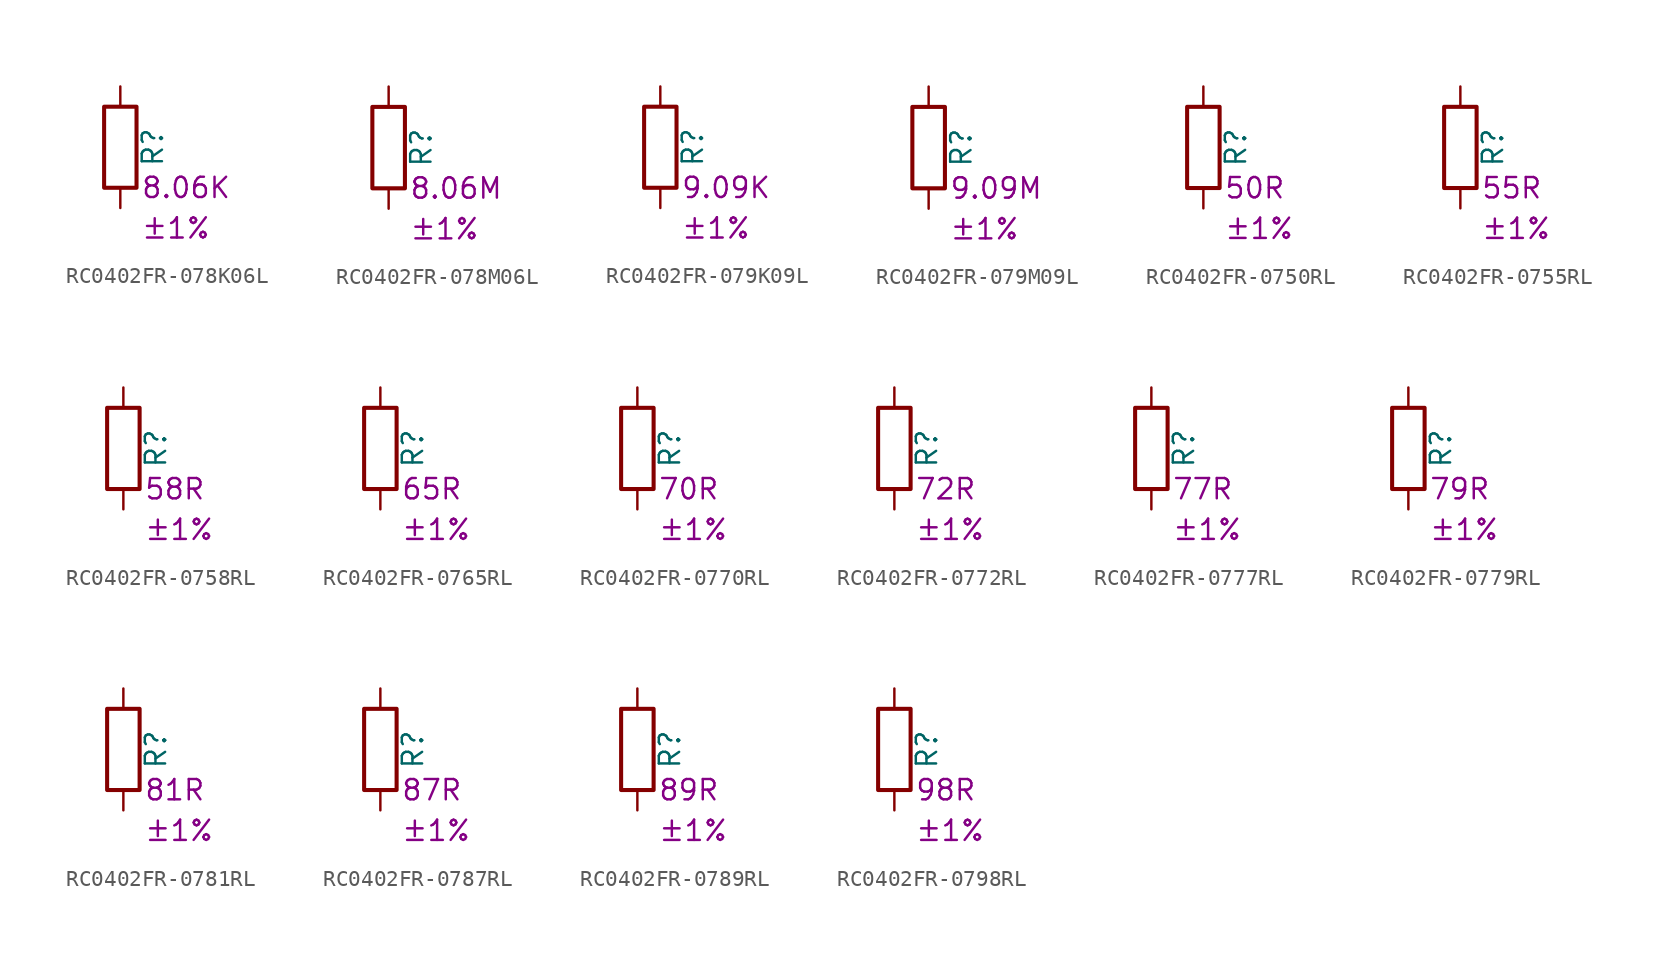
<source format=kicad_sym>
(kicad_symbol_lib
  (version 20220914)
  (generator kicad_symbol_editor)
  (symbol "RC0402FR-078K06L"
    (pin_numbers hide)
    (pin_names
      (offset 0))
    (property "Reference" "R"
      (at 2.032 0 90)
      (effects (font (size 1.27 1.27))))
    (property "Resistance" "8.06K"
      (at 1.27 -2.54 0)
      (effects (font (size 1.27 1.27)) (justify left)))
    (property "Tolerance" "±1%"
      (at 1.27 -5.08 0)
      (effects (font (size 1.27 1.27)) (justify left)))
    (symbol "RC0402FR-078K06L_0_1"
      (rectangle (start -1.016 -2.54) (end 1.016 2.54) (stroke (width 0.254) (type default)) (fill (type none))))
    (symbol "RC0402FR-078K06L_1_1"
      (pin passive line (at 0 3.81 270) (length 1.27) (name "~" (effects (font (size 1.27 1.27)))) (number "1" (effects (font (size 1.27 1.27)))))
      (pin passive line (at 0 -3.81 90) (length 1.27) (name "~" (effects (font (size 1.27 1.27)))) (number "2" (effects (font (size 1.27 1.27)))))))
  (symbol "RC0402FR-078M06L"
    (pin_numbers hide)
    (pin_names
      (offset 0))
    (property "Reference" "R"
      (at 2.032 0 90)
      (effects (font (size 1.27 1.27))))
    (property "Resistance" "8.06M"
      (at 1.27 -2.54 0)
      (effects (font (size 1.27 1.27)) (justify left)))
    (property "Tolerance" "±1%"
      (at 1.27 -5.08 0)
      (effects (font (size 1.27 1.27)) (justify left)))
    (symbol "RC0402FR-078M06L_0_1"
      (rectangle (start -1.016 -2.54) (end 1.016 2.54) (stroke (width 0.254) (type default)) (fill (type none))))
    (symbol "RC0402FR-078M06L_1_1"
      (pin passive line (at 0 3.81 270) (length 1.27) (name "~" (effects (font (size 1.27 1.27)))) (number "1" (effects (font (size 1.27 1.27)))))
      (pin passive line (at 0 -3.81 90) (length 1.27) (name "~" (effects (font (size 1.27 1.27)))) (number "2" (effects (font (size 1.27 1.27)))))))
  (symbol "RC0402FR-079K09L"
    (pin_numbers hide)
    (pin_names
      (offset 0))
    (property "Reference" "R"
      (at 2.032 0 90)
      (effects (font (size 1.27 1.27))))
    (property "Resistance" "9.09K"
      (at 1.27 -2.54 0)
      (effects (font (size 1.27 1.27)) (justify left)))
    (property "Tolerance" "±1%"
      (at 1.27 -5.08 0)
      (effects (font (size 1.27 1.27)) (justify left)))
    (symbol "RC0402FR-079K09L_0_1"
      (rectangle (start -1.016 -2.54) (end 1.016 2.54) (stroke (width 0.254) (type default)) (fill (type none))))
    (symbol "RC0402FR-079K09L_1_1"
      (pin passive line (at 0 3.81 270) (length 1.27) (name "~" (effects (font (size 1.27 1.27)))) (number "1" (effects (font (size 1.27 1.27)))))
      (pin passive line (at 0 -3.81 90) (length 1.27) (name "~" (effects (font (size 1.27 1.27)))) (number "2" (effects (font (size 1.27 1.27)))))))
  (symbol "RC0402FR-079M09L"
    (pin_numbers hide)
    (pin_names
      (offset 0))
    (property "Reference" "R"
      (at 2.032 0 90)
      (effects (font (size 1.27 1.27))))
    (property "Resistance" "9.09M"
      (at 1.27 -2.54 0)
      (effects (font (size 1.27 1.27)) (justify left)))
    (property "Tolerance" "±1%"
      (at 1.27 -5.08 0)
      (effects (font (size 1.27 1.27)) (justify left)))
    (symbol "RC0402FR-079M09L_0_1"
      (rectangle (start -1.016 -2.54) (end 1.016 2.54) (stroke (width 0.254) (type default)) (fill (type none))))
    (symbol "RC0402FR-079M09L_1_1"
      (pin passive line (at 0 3.81 270) (length 1.27) (name "~" (effects (font (size 1.27 1.27)))) (number "1" (effects (font (size 1.27 1.27)))))
      (pin passive line (at 0 -3.81 90) (length 1.27) (name "~" (effects (font (size 1.27 1.27)))) (number "2" (effects (font (size 1.27 1.27)))))))
  (symbol "RC0402FR-0750RL"
    (pin_numbers hide)
    (pin_names
      (offset 0))
    (property "Reference" "R"
      (at 2.032 0 90)
      (effects (font (size 1.27 1.27))))
    (property "Resistance" "50R"
      (at 1.27 -2.54 0)
      (effects (font (size 1.27 1.27)) (justify left)))
    (property "Tolerance" "±1%"
      (at 1.27 -5.08 0)
      (effects (font (size 1.27 1.27)) (justify left)))
    (symbol "RC0402FR-0750RL_0_1"
      (rectangle (start -1.016 -2.54) (end 1.016 2.54) (stroke (width 0.254) (type default)) (fill (type none))))
    (symbol "RC0402FR-0750RL_1_1"
      (pin passive line (at 0 3.81 270) (length 1.27) (name "~" (effects (font (size 1.27 1.27)))) (number "1" (effects (font (size 1.27 1.27)))))
      (pin passive line (at 0 -3.81 90) (length 1.27) (name "~" (effects (font (size 1.27 1.27)))) (number "2" (effects (font (size 1.27 1.27)))))))
  (symbol "RC0402FR-0755RL"
    (pin_numbers hide)
    (pin_names
      (offset 0))
    (property "Reference" "R"
      (at 2.032 0 90)
      (effects (font (size 1.27 1.27))))
    (property "Resistance" "55R"
      (at 1.27 -2.54 0)
      (effects (font (size 1.27 1.27)) (justify left)))
    (property "Tolerance" "±1%"
      (at 1.27 -5.08 0)
      (effects (font (size 1.27 1.27)) (justify left)))
    (symbol "RC0402FR-0755RL_0_1"
      (rectangle (start -1.016 -2.54) (end 1.016 2.54) (stroke (width 0.254) (type default)) (fill (type none))))
    (symbol "RC0402FR-0755RL_1_1"
      (pin passive line (at 0 3.81 270) (length 1.27) (name "~" (effects (font (size 1.27 1.27)))) (number "1" (effects (font (size 1.27 1.27)))))
      (pin passive line (at 0 -3.81 90) (length 1.27) (name "~" (effects (font (size 1.27 1.27)))) (number "2" (effects (font (size 1.27 1.27)))))))
  (symbol "RC0402FR-0758RL"
    (pin_numbers hide)
    (pin_names
      (offset 0))
    (property "Reference" "R"
      (at 2.032 0 90)
      (effects (font (size 1.27 1.27))))
    (property "Resistance" "58R"
      (at 1.27 -2.54 0)
      (effects (font (size 1.27 1.27)) (justify left)))
    (property "Tolerance" "±1%"
      (at 1.27 -5.08 0)
      (effects (font (size 1.27 1.27)) (justify left)))
    (symbol "RC0402FR-0758RL_0_1"
      (rectangle (start -1.016 -2.54) (end 1.016 2.54) (stroke (width 0.254) (type default)) (fill (type none))))
    (symbol "RC0402FR-0758RL_1_1"
      (pin passive line (at 0 3.81 270) (length 1.27) (name "~" (effects (font (size 1.27 1.27)))) (number "1" (effects (font (size 1.27 1.27)))))
      (pin passive line (at 0 -3.81 90) (length 1.27) (name "~" (effects (font (size 1.27 1.27)))) (number "2" (effects (font (size 1.27 1.27)))))))
  (symbol "RC0402FR-0765RL"
    (pin_numbers hide)
    (pin_names
      (offset 0))
    (property "Reference" "R"
      (at 2.032 0 90)
      (effects (font (size 1.27 1.27))))
    (property "Resistance" "65R"
      (at 1.27 -2.54 0)
      (effects (font (size 1.27 1.27)) (justify left)))
    (property "Tolerance" "±1%"
      (at 1.27 -5.08 0)
      (effects (font (size 1.27 1.27)) (justify left)))
    (symbol "RC0402FR-0765RL_0_1"
      (rectangle (start -1.016 -2.54) (end 1.016 2.54) (stroke (width 0.254) (type default)) (fill (type none))))
    (symbol "RC0402FR-0765RL_1_1"
      (pin passive line (at 0 3.81 270) (length 1.27) (name "~" (effects (font (size 1.27 1.27)))) (number "1" (effects (font (size 1.27 1.27)))))
      (pin passive line (at 0 -3.81 90) (length 1.27) (name "~" (effects (font (size 1.27 1.27)))) (number "2" (effects (font (size 1.27 1.27)))))))
  (symbol "RC0402FR-0770RL"
    (pin_numbers hide)
    (pin_names
      (offset 0))
    (property "Reference" "R"
      (at 2.032 0 90)
      (effects (font (size 1.27 1.27))))
    (property "Resistance" "70R"
      (at 1.27 -2.54 0)
      (effects (font (size 1.27 1.27)) (justify left)))
    (property "Tolerance" "±1%"
      (at 1.27 -5.08 0)
      (effects (font (size 1.27 1.27)) (justify left)))
    (symbol "RC0402FR-0770RL_0_1"
      (rectangle (start -1.016 -2.54) (end 1.016 2.54) (stroke (width 0.254) (type default)) (fill (type none))))
    (symbol "RC0402FR-0770RL_1_1"
      (pin passive line (at 0 3.81 270) (length 1.27) (name "~" (effects (font (size 1.27 1.27)))) (number "1" (effects (font (size 1.27 1.27)))))
      (pin passive line (at 0 -3.81 90) (length 1.27) (name "~" (effects (font (size 1.27 1.27)))) (number "2" (effects (font (size 1.27 1.27)))))))
  (symbol "RC0402FR-0772RL"
    (pin_numbers hide)
    (pin_names
      (offset 0))
    (property "Reference" "R"
      (at 2.032 0 90)
      (effects (font (size 1.27 1.27))))
    (property "Resistance" "72R"
      (at 1.27 -2.54 0)
      (effects (font (size 1.27 1.27)) (justify left)))
    (property "Tolerance" "±1%"
      (at 1.27 -5.08 0)
      (effects (font (size 1.27 1.27)) (justify left)))
    (symbol "RC0402FR-0772RL_0_1"
      (rectangle (start -1.016 -2.54) (end 1.016 2.54) (stroke (width 0.254) (type default)) (fill (type none))))
    (symbol "RC0402FR-0772RL_1_1"
      (pin passive line (at 0 3.81 270) (length 1.27) (name "~" (effects (font (size 1.27 1.27)))) (number "1" (effects (font (size 1.27 1.27)))))
      (pin passive line (at 0 -3.81 90) (length 1.27) (name "~" (effects (font (size 1.27 1.27)))) (number "2" (effects (font (size 1.27 1.27)))))))
  (symbol "RC0402FR-0777RL"
    (pin_numbers hide)
    (pin_names
      (offset 0))
    (property "Reference" "R"
      (at 2.032 0 90)
      (effects (font (size 1.27 1.27))))
    (property "Resistance" "77R"
      (at 1.27 -2.54 0)
      (effects (font (size 1.27 1.27)) (justify left)))
    (property "Tolerance" "±1%"
      (at 1.27 -5.08 0)
      (effects (font (size 1.27 1.27)) (justify left)))
    (symbol "RC0402FR-0777RL_0_1"
      (rectangle (start -1.016 -2.54) (end 1.016 2.54) (stroke (width 0.254) (type default)) (fill (type none))))
    (symbol "RC0402FR-0777RL_1_1"
      (pin passive line (at 0 3.81 270) (length 1.27) (name "~" (effects (font (size 1.27 1.27)))) (number "1" (effects (font (size 1.27 1.27)))))
      (pin passive line (at 0 -3.81 90) (length 1.27) (name "~" (effects (font (size 1.27 1.27)))) (number "2" (effects (font (size 1.27 1.27)))))))
  (symbol "RC0402FR-0779RL"
    (pin_numbers hide)
    (pin_names
      (offset 0))
    (property "Reference" "R"
      (at 2.032 0 90)
      (effects (font (size 1.27 1.27))))
    (property "Resistance" "79R"
      (at 1.27 -2.54 0)
      (effects (font (size 1.27 1.27)) (justify left)))
    (property "Tolerance" "±1%"
      (at 1.27 -5.08 0)
      (effects (font (size 1.27 1.27)) (justify left)))
    (symbol "RC0402FR-0779RL_0_1"
      (rectangle (start -1.016 -2.54) (end 1.016 2.54) (stroke (width 0.254) (type default)) (fill (type none))))
    (symbol "RC0402FR-0779RL_1_1"
      (pin passive line (at 0 3.81 270) (length 1.27) (name "~" (effects (font (size 1.27 1.27)))) (number "1" (effects (font (size 1.27 1.27)))))
      (pin passive line (at 0 -3.81 90) (length 1.27) (name "~" (effects (font (size 1.27 1.27)))) (number "2" (effects (font (size 1.27 1.27)))))))
  (symbol "RC0402FR-0781RL"
    (pin_numbers hide)
    (pin_names
      (offset 0))
    (property "Reference" "R"
      (at 2.032 0 90)
      (effects (font (size 1.27 1.27))))
    (property "Resistance" "81R"
      (at 1.27 -2.54 0)
      (effects (font (size 1.27 1.27)) (justify left)))
    (property "Tolerance" "±1%"
      (at 1.27 -5.08 0)
      (effects (font (size 1.27 1.27)) (justify left)))
    (symbol "RC0402FR-0781RL_0_1"
      (rectangle (start -1.016 -2.54) (end 1.016 2.54) (stroke (width 0.254) (type default)) (fill (type none))))
    (symbol "RC0402FR-0781RL_1_1"
      (pin passive line (at 0 3.81 270) (length 1.27) (name "~" (effects (font (size 1.27 1.27)))) (number "1" (effects (font (size 1.27 1.27)))))
      (pin passive line (at 0 -3.81 90) (length 1.27) (name "~" (effects (font (size 1.27 1.27)))) (number "2" (effects (font (size 1.27 1.27)))))))
  (symbol "RC0402FR-0787RL"
    (pin_numbers hide)
    (pin_names
      (offset 0))
    (property "Reference" "R"
      (at 2.032 0 90)
      (effects (font (size 1.27 1.27))))
    (property "Resistance" "87R"
      (at 1.27 -2.54 0)
      (effects (font (size 1.27 1.27)) (justify left)))
    (property "Tolerance" "±1%"
      (at 1.27 -5.08 0)
      (effects (font (size 1.27 1.27)) (justify left)))
    (symbol "RC0402FR-0787RL_0_1"
      (rectangle (start -1.016 -2.54) (end 1.016 2.54) (stroke (width 0.254) (type default)) (fill (type none))))
    (symbol "RC0402FR-0787RL_1_1"
      (pin passive line (at 0 3.81 270) (length 1.27) (name "~" (effects (font (size 1.27 1.27)))) (number "1" (effects (font (size 1.27 1.27)))))
      (pin passive line (at 0 -3.81 90) (length 1.27) (name "~" (effects (font (size 1.27 1.27)))) (number "2" (effects (font (size 1.27 1.27)))))))
  (symbol "RC0402FR-0789RL"
    (pin_numbers hide)
    (pin_names
      (offset 0))
    (property "Reference" "R"
      (at 2.032 0 90)
      (effects (font (size 1.27 1.27))))
    (property "Resistance" "89R"
      (at 1.27 -2.54 0)
      (effects (font (size 1.27 1.27)) (justify left)))
    (property "Tolerance" "±1%"
      (at 1.27 -5.08 0)
      (effects (font (size 1.27 1.27)) (justify left)))
    (symbol "RC0402FR-0789RL_0_1"
      (rectangle (start -1.016 -2.54) (end 1.016 2.54) (stroke (width 0.254) (type default)) (fill (type none))))
    (symbol "RC0402FR-0789RL_1_1"
      (pin passive line (at 0 3.81 270) (length 1.27) (name "~" (effects (font (size 1.27 1.27)))) (number "1" (effects (font (size 1.27 1.27)))))
      (pin passive line (at 0 -3.81 90) (length 1.27) (name "~" (effects (font (size 1.27 1.27)))) (number "2" (effects (font (size 1.27 1.27)))))))
  (symbol "RC0402FR-0798RL"
    (pin_numbers hide)
    (pin_names
      (offset 0))
    (property "Reference" "R"
      (at 2.032 0 90)
      (effects (font (size 1.27 1.27))))
    (property "Resistance" "98R"
      (at 1.27 -2.54 0)
      (effects (font (size 1.27 1.27)) (justify left)))
    (property "Tolerance" "±1%"
      (at 1.27 -5.08 0)
      (effects (font (size 1.27 1.27)) (justify left)))
    (symbol "RC0402FR-0798RL_0_1"
      (rectangle (start -1.016 -2.54) (end 1.016 2.54) (stroke (width 0.254) (type default)) (fill (type none))))
    (symbol "RC0402FR-0798RL_1_1"
      (pin passive line (at 0 3.81 270) (length 1.27) (name "~" (effects (font (size 1.27 1.27)))) (number "1" (effects (font (size 1.27 1.27)))))
      (pin passive line (at 0 -3.81 90) (length 1.27) (name "~" (effects (font (size 1.27 1.27)))) (number "2" (effects (font (size 1.27 1.27))))))))
</source>
